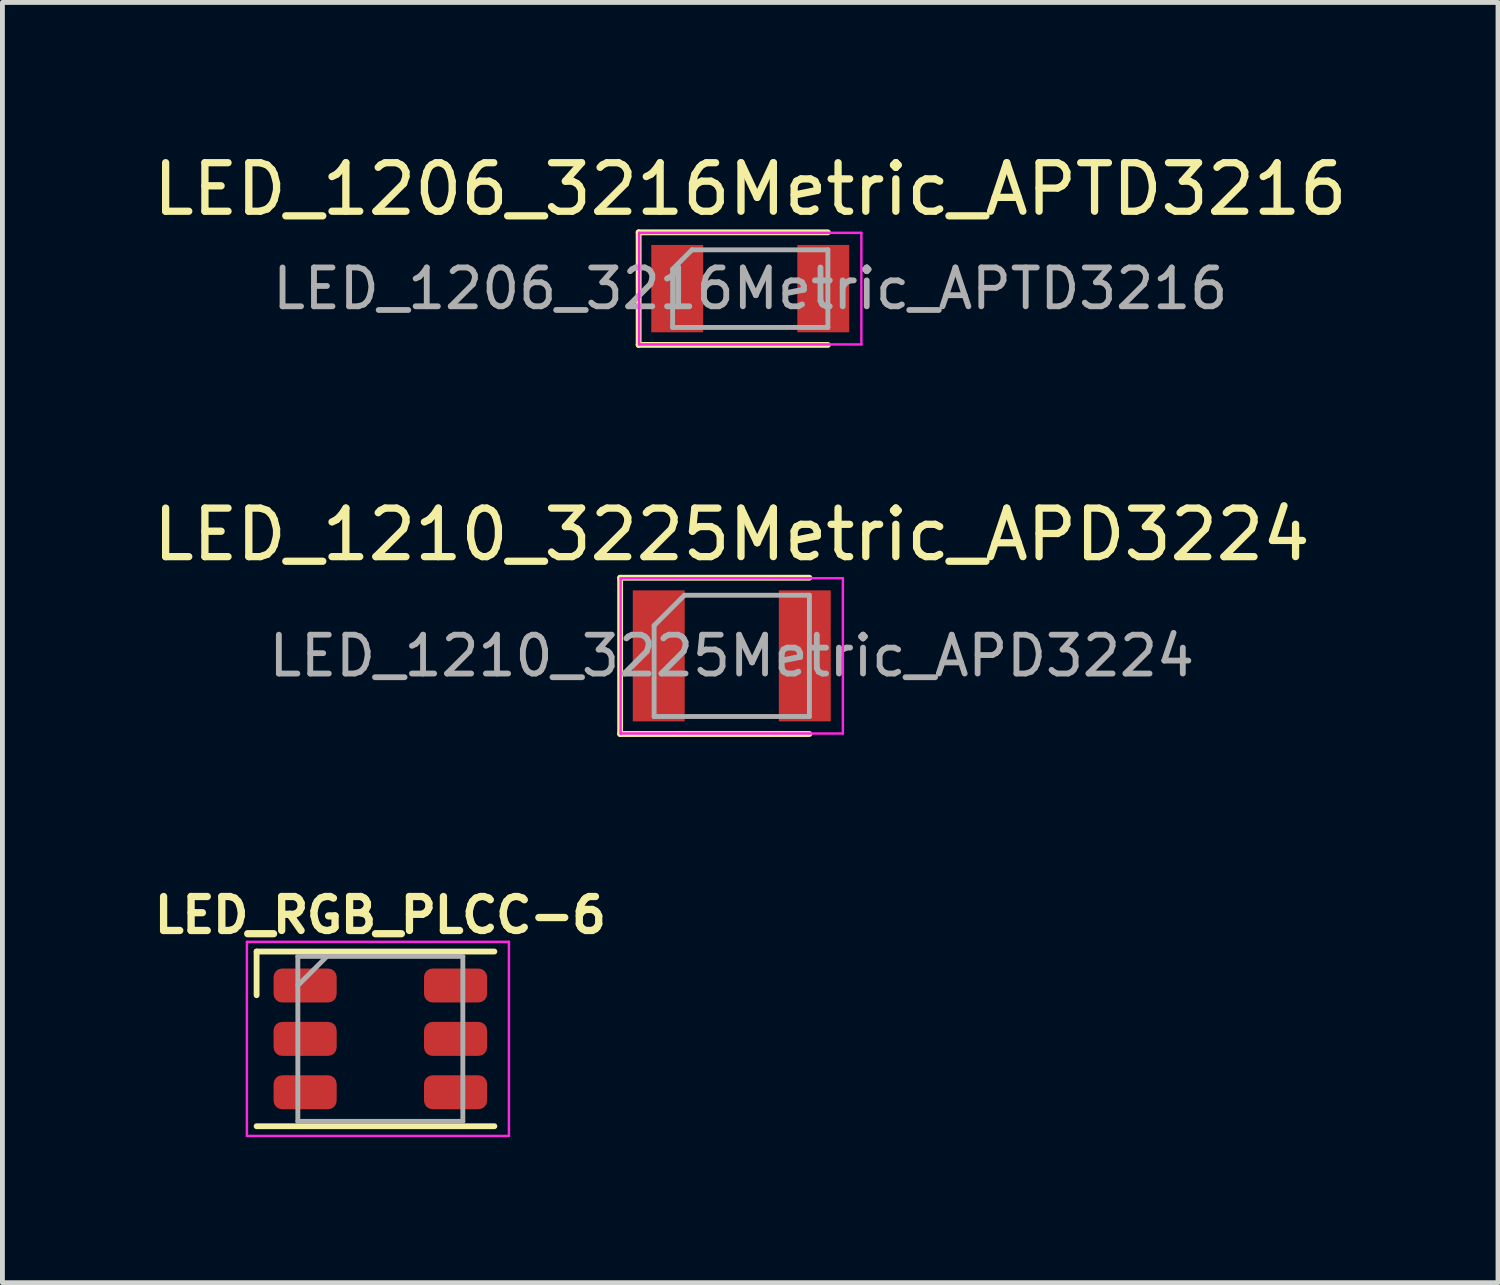
<source format=kicad_pcb>
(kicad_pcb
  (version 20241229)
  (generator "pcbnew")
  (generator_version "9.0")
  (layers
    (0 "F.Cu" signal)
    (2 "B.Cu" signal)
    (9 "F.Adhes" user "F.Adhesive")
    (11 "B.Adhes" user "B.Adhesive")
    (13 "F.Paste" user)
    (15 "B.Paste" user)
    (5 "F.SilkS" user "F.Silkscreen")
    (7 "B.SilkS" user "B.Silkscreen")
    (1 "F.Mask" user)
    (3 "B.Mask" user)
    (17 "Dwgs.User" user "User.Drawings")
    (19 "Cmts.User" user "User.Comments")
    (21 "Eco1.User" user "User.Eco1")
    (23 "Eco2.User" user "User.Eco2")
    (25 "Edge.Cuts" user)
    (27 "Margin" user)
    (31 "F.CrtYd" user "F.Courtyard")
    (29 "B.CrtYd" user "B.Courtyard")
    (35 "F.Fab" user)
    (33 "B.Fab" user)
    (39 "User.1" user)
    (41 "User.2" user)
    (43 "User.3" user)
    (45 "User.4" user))
  (footprint "LED_1206_3216Metric_APTD3216"
    (layer "F.Cu")
    (at 12.411 2.898)
    (property "Reference" "LED_1206_3216Metric_APTD3216" (at 0 -2.05 0) (layer "F.SilkS") (effects (font (size 1 1) (thickness 0.15))))
    (attr smd)
    (fp_line (start -2.3 -1.16) (end -2.3 1.16) (stroke (width 0.12) (type solid)) (layer "F.SilkS"))
    (fp_line (start -2.3 1.16) (end 1.6 1.16) (stroke (width 0.12) (type solid)) (layer "F.SilkS"))
    (fp_line (start 1.6 -1.16) (end -2.3 -1.16) (stroke (width 0.12) (type solid)) (layer "F.SilkS"))
    (fp_line (start -2.29 -1.15) (end 2.29 -1.15) (stroke (width 0.05) (type solid)) (layer "F.CrtYd"))
    (fp_line (start -2.29 1.15) (end -2.29 -1.15) (stroke (width 0.05) (type solid)) (layer "F.CrtYd"))
    (fp_line (start 2.29 -1.15) (end 2.29 1.15) (stroke (width 0.05) (type solid)) (layer "F.CrtYd"))
    (fp_line (start 2.29 1.15) (end -2.29 1.15) (stroke (width 0.05) (type solid)) (layer "F.CrtYd"))
    (fp_line (start -1.6 -0.4) (end -1.6 0.8) (stroke (width 0.1) (type solid)) (layer "F.Fab"))
    (fp_line (start -1.6 0.8) (end 1.6 0.8) (stroke (width 0.1) (type solid)) (layer "F.Fab"))
    (fp_line (start -1.2 -0.8) (end -1.6 -0.4) (stroke (width 0.1) (type solid)) (layer "F.Fab"))
    (fp_line (start 1.6 -0.8) (end -1.2 -0.8) (stroke (width 0.1) (type solid)) (layer "F.Fab"))
    (fp_line (start 1.6 0.8) (end 1.6 -0.8) (stroke (width 0.1) (type solid)) (layer "F.Fab"))
    (fp_text user "${REFERENCE}" (at 0 0 0) (layer "F.Fab") (effects (font (size 0.8 0.8) (thickness 0.12))))
    (pad "1" smd rect (at -1.505 0) (size 1.07 1.8) (layers "F.Cu" "F.Mask" "F.Paste"))
    (pad "2" smd rect (at 1.505 0) (size 1.07 1.8) (layers "F.Cu" "F.Mask" "F.Paste")))
  (footprint "LED_1210_3225Metric_APD3224"
    (layer "F.Cu")
    (at 12.03 10.466)
    (property "Reference" "LED_1210_3225Metric_APD3224" (at 0 -2.5 0) (layer "F.SilkS") (effects (font (size 1 1) (thickness 0.15))))
    (attr smd)
    (fp_line (start -2.3 -1.61) (end -2.3 1.61) (stroke (width 0.12) (type solid)) (layer "F.SilkS"))
    (fp_line (start -2.3 1.61) (end 1.6 1.61) (stroke (width 0.12) (type solid)) (layer "F.SilkS"))
    (fp_line (start 1.6 -1.61) (end -2.3 -1.61) (stroke (width 0.12) (type solid)) (layer "F.SilkS"))
    (fp_line (start -2.29 -1.6) (end 2.29 -1.6) (stroke (width 0.05) (type solid)) (layer "F.CrtYd"))
    (fp_line (start -2.29 1.6) (end -2.29 -1.6) (stroke (width 0.05) (type solid)) (layer "F.CrtYd"))
    (fp_line (start 2.29 -1.6) (end 2.29 1.6) (stroke (width 0.05) (type solid)) (layer "F.CrtYd"))
    (fp_line (start 2.29 1.6) (end -2.29 1.6) (stroke (width 0.05) (type solid)) (layer "F.CrtYd"))
    (fp_line (start -1.6 -0.625) (end -1.6 1.25) (stroke (width 0.1) (type solid)) (layer "F.Fab"))
    (fp_line (start -1.6 1.25) (end 1.6 1.25) (stroke (width 0.1) (type solid)) (layer "F.Fab"))
    (fp_line (start -0.975 -1.25) (end -1.6 -0.625) (stroke (width 0.1) (type solid)) (layer "F.Fab"))
    (fp_line (start 1.6 -1.25) (end -0.975 -1.25) (stroke (width 0.1) (type solid)) (layer "F.Fab"))
    (fp_line (start 1.6 1.25) (end 1.6 -1.25) (stroke (width 0.1) (type solid)) (layer "F.Fab"))
    (fp_text user "${REFERENCE}" (at 0 0 0) (layer "F.Fab") (effects (font (size 0.8 0.8) (thickness 0.12))))
    (pad "1" smd rect (at -1.505 0) (size 1.07 2.7) (layers "F.Cu" "F.Mask" "F.Paste"))
    (pad "2" smd rect (at 1.505 0) (size 1.07 2.7) (layers "F.Cu" "F.Mask" "F.Paste")))
  (footprint "LED_RGB_PLCC-6"
    (layer "F.Cu")
    (at 4.788 18.359)
    (property "Reference" "LED_RGB_PLCC-6" (at 0 -2.55 180) (layer "F.SilkS") (effects (font (size 0.7 0.7) (thickness 0.15))))
    (attr smd)
    (fp_line (start -2.55 -1.8) (end -2.55 -0.9) (stroke (width 0.12) (type solid)) (layer "F.SilkS"))
    (fp_line (start -2.55 1.8) (end 2.35 1.8) (stroke (width 0.12) (type solid)) (layer "F.SilkS"))
    (fp_line (start 2.35 -1.8) (end -2.55 -1.8) (stroke (width 0.12) (type solid)) (layer "F.SilkS"))
    (fp_line (start -2.75 -2) (end -2.75 2) (stroke (width 0.05) (type solid)) (layer "F.CrtYd"))
    (fp_line (start -2.75 -2) (end 2.65 -2) (stroke (width 0.05) (type solid)) (layer "F.CrtYd"))
    (fp_line (start -2.75 2) (end 2.65 2) (stroke (width 0.05) (type solid)) (layer "F.CrtYd"))
    (fp_line (start 2.65 -2) (end 2.65 2) (stroke (width 0.05) (type solid)) (layer "F.CrtYd"))
    (fp_line (start -1.7 -1.7) (end -1.7 1.7) (stroke (width 0.1) (type solid)) (layer "F.Fab"))
    (fp_line (start -1.7 -1.1) (end -1.1 -1.7) (stroke (width 0.1) (type solid)) (layer "F.Fab"))
    (fp_line (start -1.7 1.7) (end 1.7 1.7) (stroke (width 0.1) (type solid)) (layer "F.Fab"))
    (fp_line (start 1.7 -1.7) (end -1.7 -1.7) (stroke (width 0.1) (type solid)) (layer "F.Fab"))
    (fp_line (start 1.7 1.7) (end 1.7 -1.7) (stroke (width 0.1) (type solid)) (layer "F.Fab"))
    (pad "1" smd roundrect (at -1.55 -1.1 90) (size 0.7 1.3) (layers "F.Cu" "F.Mask" "F.Paste") (roundrect_rratio 0.25))
    (pad "2" smd roundrect (at -1.55 0 90) (size 0.7 1.3) (layers "F.Cu" "F.Mask" "F.Paste") (roundrect_rratio 0.25))
    (pad "3" smd roundrect (at -1.55 1.1 90) (size 0.7 1.3) (layers "F.Cu" "F.Mask" "F.Paste") (roundrect_rratio 0.25))
    (pad "4" smd roundrect (at 1.55 1.1 90) (size 0.7 1.3) (layers "F.Cu" "F.Mask" "F.Paste") (roundrect_rratio 0.25))
    (pad "5" smd roundrect (at 1.55 0 90) (size 0.7 1.3) (layers "F.Cu" "F.Mask" "F.Paste") (roundrect_rratio 0.25))
    (pad "6" smd roundrect (at 1.55 -1.1 90) (size 0.7 1.3) (layers "F.Cu" "F.Mask" "F.Paste") (roundrect_rratio 0.25)))
  (gr_rect
    (start -3 -3)
    (end 27.821 23.384)
    (stroke (width 0.1) (type default))
    (fill no)
    (layer "Edge.Cuts")))
</source>
